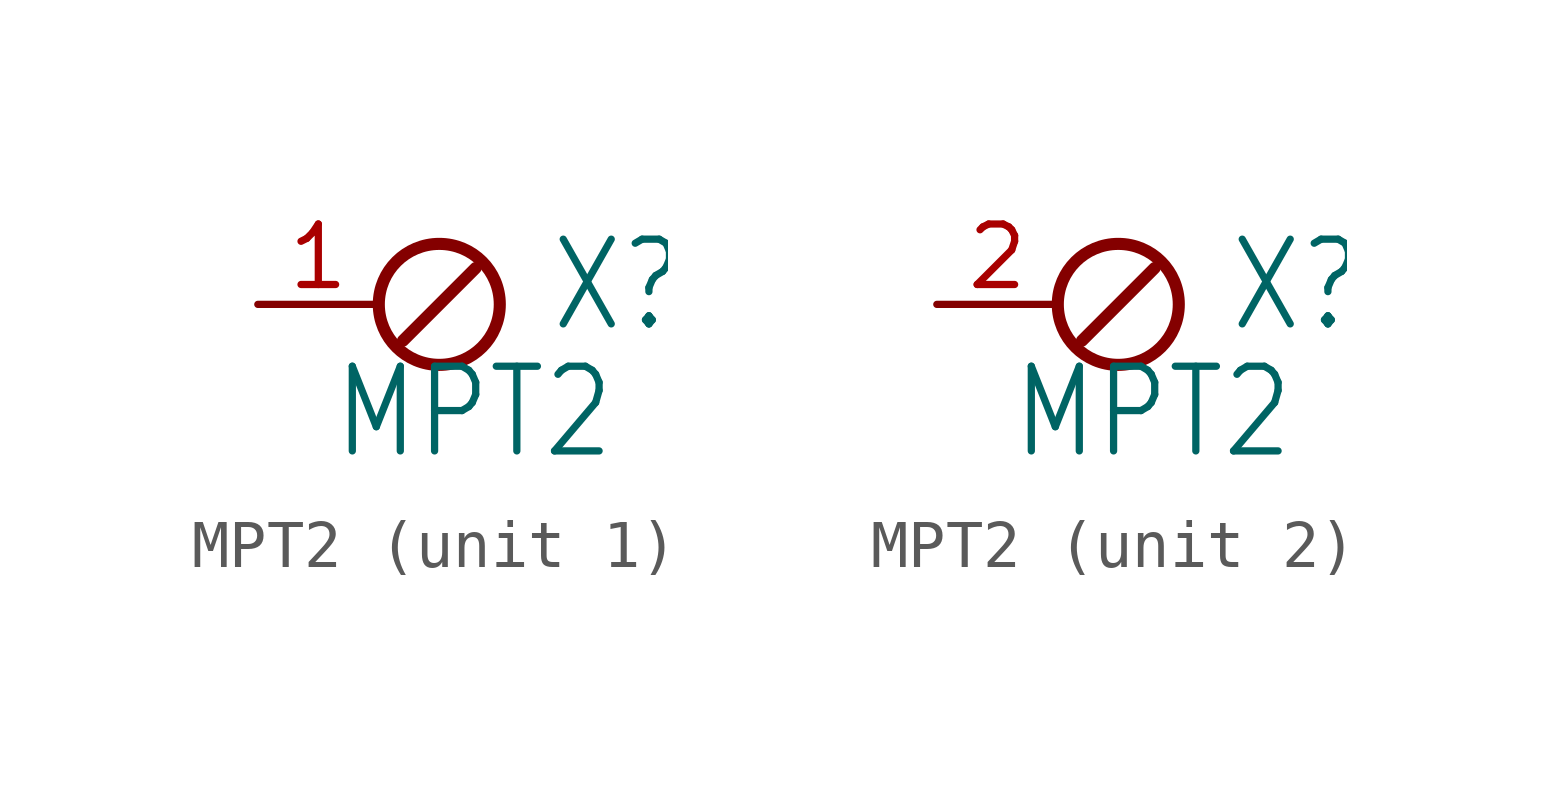
<source format=kicad_sym>
(kicad_symbol_lib
  (version 20201005)
  (generator kicad_symbol_editor)
  (symbol "MPT2"
    (property "Reference" "X"
      (at 3.556 -0.635 0)
      (effects (font (size 1.778 1.511)) (justify left bottom)))
    (property "Value" "MPT2"
      (at -1.016 -3.302 0)
      (effects (font (size 1.778 1.511)) (justify left bottom)))
    (property "ki_locked" ""
      (at 0 0 0)
      (effects (font (size 1.27 1.27))))
    (symbol "MPT2_1_0"
      (circle (center 1.27 0) (radius 1.27) (stroke (width 0.254)) (fill (type none)))
      (polyline (pts (xy 2.032 0.762) (xy 0.508 -0.762)) (stroke (width 0.254)) (fill (type none)))
      (pin passive line (at -2.54 0 0) (length 2.54) (name "1" (effects (font (size 0 0)))) (number "1" (effects (font (size 1.27 1.27))))))
    (symbol "MPT2_2_0"
      (circle (center 1.27 0) (radius 1.27) (stroke (width 0.254)) (fill (type none)))
      (polyline (pts (xy 2.032 0.762) (xy 0.508 -0.762)) (stroke (width 0.254)) (fill (type none)))
      (pin passive line (at -2.54 0 0) (length 2.54) (name "1" (effects (font (size 0 0)))) (number "2" (effects (font (size 1.27 1.27))))))))
</source>
